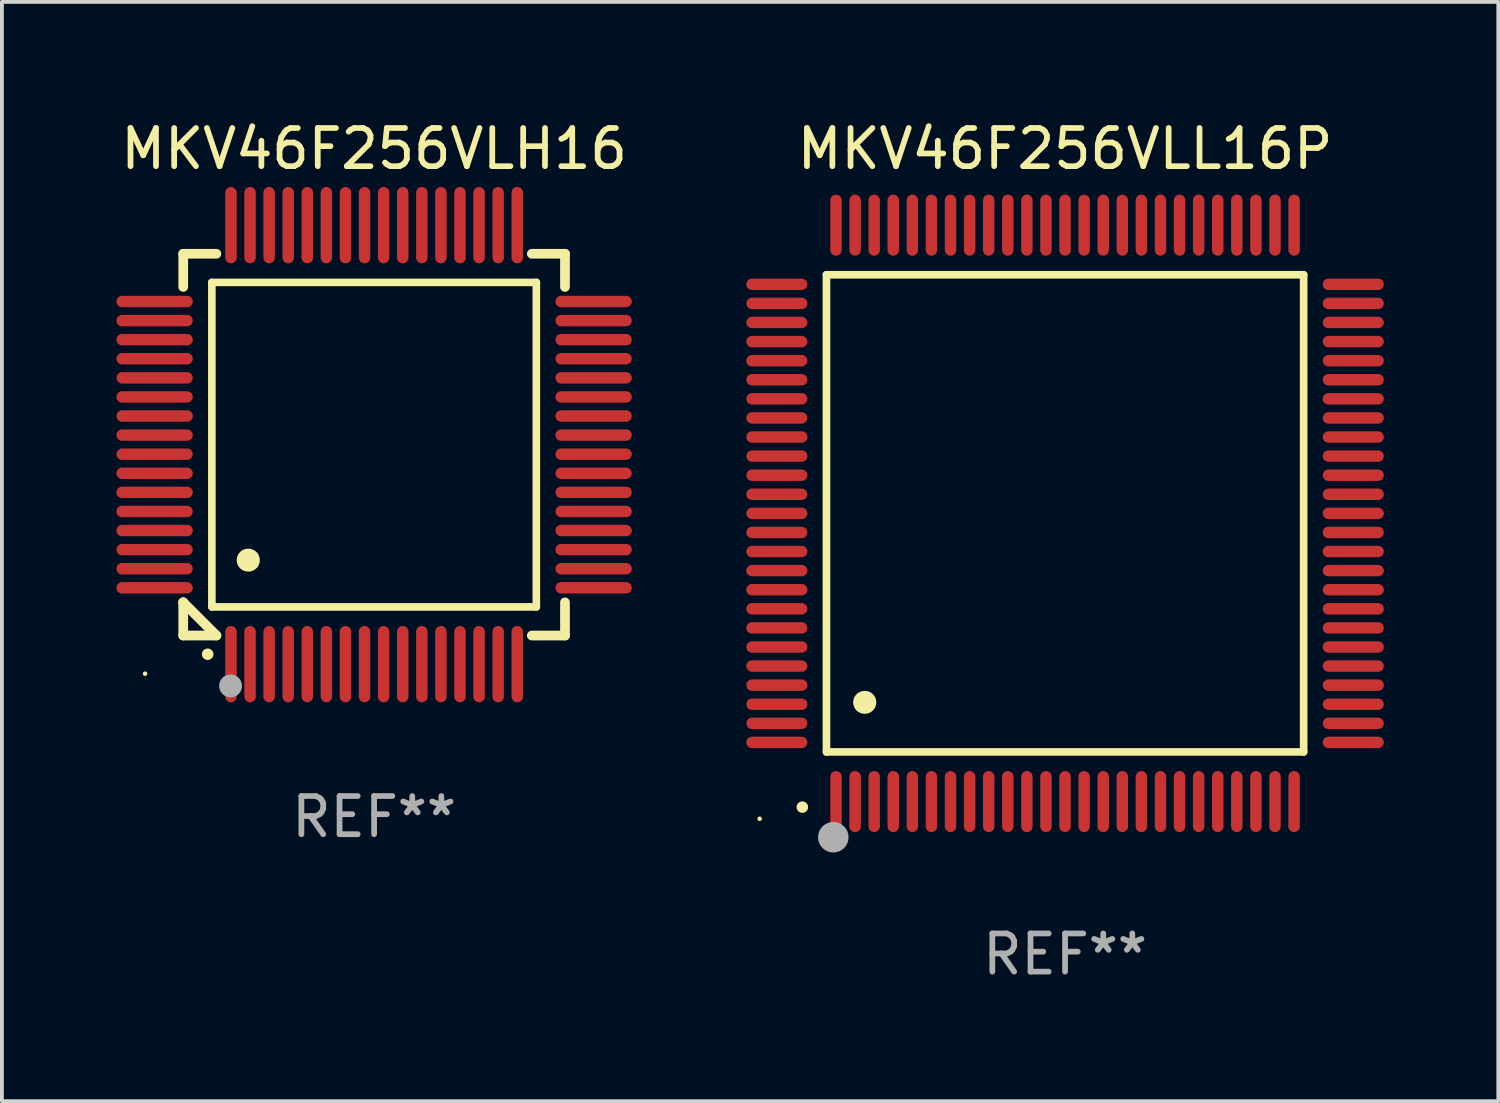
<source format=kicad_pcb>
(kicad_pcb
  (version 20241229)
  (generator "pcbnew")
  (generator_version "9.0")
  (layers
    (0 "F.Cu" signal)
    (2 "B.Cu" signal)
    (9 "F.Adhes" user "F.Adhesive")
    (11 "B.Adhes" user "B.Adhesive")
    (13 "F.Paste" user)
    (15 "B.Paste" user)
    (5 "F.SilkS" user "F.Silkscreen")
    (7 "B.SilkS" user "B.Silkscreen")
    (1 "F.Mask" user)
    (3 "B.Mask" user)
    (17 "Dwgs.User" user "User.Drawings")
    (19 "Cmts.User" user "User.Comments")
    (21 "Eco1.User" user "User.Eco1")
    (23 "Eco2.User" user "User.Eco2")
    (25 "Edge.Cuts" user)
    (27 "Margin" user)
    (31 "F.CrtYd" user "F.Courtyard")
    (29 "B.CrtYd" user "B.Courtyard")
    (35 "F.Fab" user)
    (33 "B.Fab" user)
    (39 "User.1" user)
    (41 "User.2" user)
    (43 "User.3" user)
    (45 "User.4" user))
  (footprint "MKV46F256VLH16"
    (layer "F.Cu")
    (at 6.75 8.598)
    (property "Reference" "MKV46F256VLH16" (at 0 -7.75 0) (layer "F.SilkS") (effects (font (size 1 1) (thickness 0.15))))
    (attr through_hole)
    (fp_line (start -5 -5) (end -4.131 -5) (stroke (width 0.254) (type solid)) (layer "F.SilkS"))
    (fp_line (start -5 -4.131) (end -5 -5) (stroke (width 0.254) (type solid)) (layer "F.SilkS"))
    (fp_line (start -5 4.131) (end -5 4.131) (stroke (width 0.254) (type solid)) (layer "F.SilkS"))
    (fp_line (start -5 5) (end -5 4.131) (stroke (width 0.254) (type solid)) (layer "F.SilkS"))
    (fp_line (start -5 4.131) (end -4.131 5) (stroke (width 0.254) (type solid)) (layer "F.SilkS"))
    (fp_line (start -4.25 -4.25) (end -4.25 4.25) (stroke (width 0.2) (type solid)) (layer "F.SilkS"))
    (fp_line (start -4.25 4.25) (end 4.25 4.25) (stroke (width 0.2) (type solid)) (layer "F.SilkS"))
    (fp_line (start -4.131 5) (end -5 5) (stroke (width 0.254) (type solid)) (layer "F.SilkS"))
    (fp_line (start 4.25 -4.25) (end -4.25 -4.25) (stroke (width 0.2) (type solid)) (layer "F.SilkS"))
    (fp_line (start 4.25 4.25) (end 4.25 -4.25) (stroke (width 0.2) (type solid)) (layer "F.SilkS"))
    (fp_line (start 5 -5) (end 4.131 -5) (stroke (width 0.254) (type solid)) (layer "F.SilkS"))
    (fp_line (start 5 -5) (end 5 -4.131) (stroke (width 0.254) (type solid)) (layer "F.SilkS"))
    (fp_line (start 5 4.131) (end 5 5) (stroke (width 0.254) (type solid)) (layer "F.SilkS"))
    (fp_line (start 5 5) (end 4.131 5) (stroke (width 0.254) (type solid)) (layer "F.SilkS"))
    (fp_arc (start -4.361265 5.489992) (mid -4.359995 5.489987) (end -4.358725 5.489992) (stroke (width 0.3) (type solid)) (layer "F.SilkS"))
    (fp_arc (start -3.299467 3.025146) (mid -3.296927 3.025135) (end -3.294387 3.025146) (stroke (width 0.6) (type solid)) (layer "F.SilkS"))
    (fp_circle (center -6 6) (end -5.97 6) (stroke (width 0.06) (type solid)) (fill no) (layer "F.SilkS"))
    (fp_circle (center -3.76 6.32) (end -3.61 6.32) (stroke (width 0.3) (type solid)) (fill no) (layer "F.Fab"))
    (fp_text user "REF**" (at 0 9.75 0) (layer "F.Fab") (effects (font (size 1 1) (thickness 0.15))))
    (pad "1" smd oval (at -3.75 5.75) (size 0.3 2) (layers "F.Cu" "F.Mask" "F.Paste"))
    (pad "2" smd oval (at -3.25 5.75) (size 0.3 2) (layers "F.Cu" "F.Mask" "F.Paste"))
    (pad "3" smd oval (at -2.75 5.75) (size 0.3 2) (layers "F.Cu" "F.Mask" "F.Paste"))
    (pad "4" smd oval (at -2.25 5.75) (size 0.3 2) (layers "F.Cu" "F.Mask" "F.Paste"))
    (pad "5" smd oval (at -1.75 5.75) (size 0.3 2) (layers "F.Cu" "F.Mask" "F.Paste"))
    (pad "6" smd oval (at -1.25 5.75) (size 0.3 2) (layers "F.Cu" "F.Mask" "F.Paste"))
    (pad "7" smd oval (at -0.75 5.75) (size 0.3 2) (layers "F.Cu" "F.Mask" "F.Paste"))
    (pad "8" smd oval (at -0.25 5.75) (size 0.3 2) (layers "F.Cu" "F.Mask" "F.Paste"))
    (pad "9" smd oval (at 0.25 5.75) (size 0.3 2) (layers "F.Cu" "F.Mask" "F.Paste"))
    (pad "10" smd oval (at 0.75 5.75) (size 0.3 2) (layers "F.Cu" "F.Mask" "F.Paste"))
    (pad "11" smd oval (at 1.25 5.75) (size 0.3 2) (layers "F.Cu" "F.Mask" "F.Paste"))
    (pad "12" smd oval (at 1.75 5.75) (size 0.3 2) (layers "F.Cu" "F.Mask" "F.Paste"))
    (pad "13" smd oval (at 2.25 5.75) (size 0.3 2) (layers "F.Cu" "F.Mask" "F.Paste"))
    (pad "14" smd oval (at 2.75 5.75) (size 0.3 2) (layers "F.Cu" "F.Mask" "F.Paste"))
    (pad "15" smd oval (at 3.25 5.75) (size 0.3 2) (layers "F.Cu" "F.Mask" "F.Paste"))
    (pad "16" smd oval (at 3.75 5.75) (size 0.3 2) (layers "F.Cu" "F.Mask" "F.Paste"))
    (pad "17" smd oval (at 5.75 3.75) (size 2 0.3) (layers "F.Cu" "F.Mask" "F.Paste"))
    (pad "18" smd oval (at 5.75 3.25) (size 2 0.3) (layers "F.Cu" "F.Mask" "F.Paste"))
    (pad "19" smd oval (at 5.75 2.75) (size 2 0.3) (layers "F.Cu" "F.Mask" "F.Paste"))
    (pad "20" smd oval (at 5.75 2.25) (size 2 0.3) (layers "F.Cu" "F.Mask" "F.Paste"))
    (pad "21" smd oval (at 5.75 1.75) (size 2 0.3) (layers "F.Cu" "F.Mask" "F.Paste"))
    (pad "22" smd oval (at 5.75 1.25) (size 2 0.3) (layers "F.Cu" "F.Mask" "F.Paste"))
    (pad "23" smd oval (at 5.75 0.75) (size 2 0.3) (layers "F.Cu" "F.Mask" "F.Paste"))
    (pad "24" smd oval (at 5.75 0.25) (size 2 0.3) (layers "F.Cu" "F.Mask" "F.Paste"))
    (pad "25" smd oval (at 5.75 -0.25) (size 2 0.3) (layers "F.Cu" "F.Mask" "F.Paste"))
    (pad "26" smd oval (at 5.75 -0.75) (size 2 0.3) (layers "F.Cu" "F.Mask" "F.Paste"))
    (pad "27" smd oval (at 5.75 -1.25) (size 2 0.3) (layers "F.Cu" "F.Mask" "F.Paste"))
    (pad "28" smd oval (at 5.75 -1.75) (size 2 0.3) (layers "F.Cu" "F.Mask" "F.Paste"))
    (pad "29" smd oval (at 5.75 -2.25) (size 2 0.3) (layers "F.Cu" "F.Mask" "F.Paste"))
    (pad "30" smd oval (at 5.75 -2.75) (size 2 0.3) (layers "F.Cu" "F.Mask" "F.Paste"))
    (pad "31" smd oval (at 5.75 -3.25) (size 2 0.3) (layers "F.Cu" "F.Mask" "F.Paste"))
    (pad "32" smd oval (at 5.75 -3.75) (size 2 0.3) (layers "F.Cu" "F.Mask" "F.Paste"))
    (pad "33" smd oval (at 3.75 -5.75) (size 0.3 2) (layers "F.Cu" "F.Mask" "F.Paste"))
    (pad "34" smd oval (at 3.25 -5.75) (size 0.3 2) (layers "F.Cu" "F.Mask" "F.Paste"))
    (pad "35" smd oval (at 2.75 -5.75) (size 0.3 2) (layers "F.Cu" "F.Mask" "F.Paste"))
    (pad "36" smd oval (at 2.25 -5.75) (size 0.3 2) (layers "F.Cu" "F.Mask" "F.Paste"))
    (pad "37" smd oval (at 1.75 -5.75) (size 0.3 2) (layers "F.Cu" "F.Mask" "F.Paste"))
    (pad "38" smd oval (at 1.25 -5.75) (size 0.3 2) (layers "F.Cu" "F.Mask" "F.Paste"))
    (pad "39" smd oval (at 0.75 -5.75) (size 0.3 2) (layers "F.Cu" "F.Mask" "F.Paste"))
    (pad "40" smd oval (at 0.25 -5.75) (size 0.3 2) (layers "F.Cu" "F.Mask" "F.Paste"))
    (pad "41" smd oval (at -0.25 -5.75) (size 0.3 2) (layers "F.Cu" "F.Mask" "F.Paste"))
    (pad "42" smd oval (at -0.75 -5.75) (size 0.3 2) (layers "F.Cu" "F.Mask" "F.Paste"))
    (pad "43" smd oval (at -1.25 -5.75) (size 0.3 2) (layers "F.Cu" "F.Mask" "F.Paste"))
    (pad "44" smd oval (at -1.75 -5.75) (size 0.3 2) (layers "F.Cu" "F.Mask" "F.Paste"))
    (pad "45" smd oval (at -2.25 -5.75) (size 0.3 2) (layers "F.Cu" "F.Mask" "F.Paste"))
    (pad "46" smd oval (at -2.75 -5.75) (size 0.3 2) (layers "F.Cu" "F.Mask" "F.Paste"))
    (pad "47" smd oval (at -3.25 -5.75) (size 0.3 2) (layers "F.Cu" "F.Mask" "F.Paste"))
    (pad "48" smd oval (at -3.75 -5.75) (size 0.3 2) (layers "F.Cu" "F.Mask" "F.Paste"))
    (pad "49" smd oval (at -5.75 -3.75) (size 2 0.3) (layers "F.Cu" "F.Mask" "F.Paste"))
    (pad "50" smd oval (at -5.75 -3.25) (size 2 0.3) (layers "F.Cu" "F.Mask" "F.Paste"))
    (pad "51" smd oval (at -5.75 -2.75) (size 2 0.3) (layers "F.Cu" "F.Mask" "F.Paste"))
    (pad "52" smd oval (at -5.75 -2.25) (size 2 0.3) (layers "F.Cu" "F.Mask" "F.Paste"))
    (pad "53" smd oval (at -5.75 -1.75) (size 2 0.3) (layers "F.Cu" "F.Mask" "F.Paste"))
    (pad "54" smd oval (at -5.75 -1.25) (size 2 0.3) (layers "F.Cu" "F.Mask" "F.Paste"))
    (pad "55" smd oval (at -5.75 -0.75) (size 2 0.3) (layers "F.Cu" "F.Mask" "F.Paste"))
    (pad "56" smd oval (at -5.75 -0.25) (size 2 0.3) (layers "F.Cu" "F.Mask" "F.Paste"))
    (pad "57" smd oval (at -5.75 0.25) (size 2 0.3) (layers "F.Cu" "F.Mask" "F.Paste"))
    (pad "58" smd oval (at -5.75 0.75) (size 2 0.3) (layers "F.Cu" "F.Mask" "F.Paste"))
    (pad "59" smd oval (at -5.75 1.25) (size 2 0.3) (layers "F.Cu" "F.Mask" "F.Paste"))
    (pad "60" smd oval (at -5.75 1.75) (size 2 0.3) (layers "F.Cu" "F.Mask" "F.Paste"))
    (pad "61" smd oval (at -5.75 2.25) (size 2 0.3) (layers "F.Cu" "F.Mask" "F.Paste"))
    (pad "62" smd oval (at -5.75 2.75) (size 2 0.3) (layers "F.Cu" "F.Mask" "F.Paste"))
    (pad "63" smd oval (at -5.75 3.25) (size 2 0.3) (layers "F.Cu" "F.Mask" "F.Paste"))
    (pad "64" smd oval (at -5.75 3.75) (size 2 0.3) (layers "F.Cu" "F.Mask" "F.Paste")))
  (footprint "MKV46F256VLL16P"
    (layer "F.Cu")
    (at 24.85 10.398)
    (property "Reference" "MKV46F256VLL16P" (at 0 -9.55 0) (layer "F.SilkS") (effects (font (size 1 1) (thickness 0.15))))
    (attr through_hole)
    (fp_line (start -6.25 -6.25) (end -6.25 6.25) (stroke (width 0.2) (type solid)) (layer "F.SilkS"))
    (fp_line (start -6.25 6.25) (end 6.25 6.25) (stroke (width 0.2) (type solid)) (layer "F.SilkS"))
    (fp_line (start 6.25 -6.25) (end -6.25 -6.25) (stroke (width 0.2) (type solid)) (layer "F.SilkS"))
    (fp_line (start 6.25 6.25) (end 6.25 -6.25) (stroke (width 0.2) (type solid)) (layer "F.SilkS"))
    (fp_arc (start -6.883414 7.696215) (mid -6.882144 7.69621) (end -6.880874 7.696215) (stroke (width 0.3) (type solid)) (layer "F.SilkS"))
    (fp_arc (start -5.250191 4.95047) (mid -5.247651 4.950459) (end -5.245111 4.95047) (stroke (width 0.6) (type solid)) (layer "F.SilkS"))
    (fp_circle (center -8 8) (end -7.97 8) (stroke (width 0.06) (type solid)) (fill no) (layer "F.SilkS"))
    (fp_circle (center -6.071 8.484) (end -5.871 8.484) (stroke (width 0.4) (type solid)) (fill no) (layer "F.Fab"))
    (fp_text user "REF**" (at 0 11.55 0) (layer "F.Fab") (effects (font (size 1 1) (thickness 0.15))))
    (pad "1" smd oval (at -6 7.55) (size 0.3 1.6) (layers "F.Cu" "F.Mask" "F.Paste"))
    (pad "2" smd oval (at -5.5 7.55) (size 0.3 1.6) (layers "F.Cu" "F.Mask" "F.Paste"))
    (pad "3" smd oval (at -5 7.55) (size 0.3 1.6) (layers "F.Cu" "F.Mask" "F.Paste"))
    (pad "4" smd oval (at -4.5 7.55) (size 0.3 1.6) (layers "F.Cu" "F.Mask" "F.Paste"))
    (pad "5" smd oval (at -4 7.55) (size 0.3 1.6) (layers "F.Cu" "F.Mask" "F.Paste"))
    (pad "6" smd oval (at -3.5 7.55) (size 0.3 1.6) (layers "F.Cu" "F.Mask" "F.Paste"))
    (pad "7" smd oval (at -3 7.55) (size 0.3 1.6) (layers "F.Cu" "F.Mask" "F.Paste"))
    (pad "8" smd oval (at -2.5 7.55) (size 0.3 1.6) (layers "F.Cu" "F.Mask" "F.Paste"))
    (pad "9" smd oval (at -2 7.55) (size 0.3 1.6) (layers "F.Cu" "F.Mask" "F.Paste"))
    (pad "10" smd oval (at -1.5 7.55) (size 0.3 1.6) (layers "F.Cu" "F.Mask" "F.Paste"))
    (pad "11" smd oval (at -1 7.55) (size 0.3 1.6) (layers "F.Cu" "F.Mask" "F.Paste"))
    (pad "12" smd oval (at -0.5 7.55) (size 0.3 1.6) (layers "F.Cu" "F.Mask" "F.Paste"))
    (pad "13" smd oval (at 0 7.55) (size 0.3 1.6) (layers "F.Cu" "F.Mask" "F.Paste"))
    (pad "14" smd oval (at 0.5 7.55) (size 0.3 1.6) (layers "F.Cu" "F.Mask" "F.Paste"))
    (pad "15" smd oval (at 1 7.55) (size 0.3 1.6) (layers "F.Cu" "F.Mask" "F.Paste"))
    (pad "16" smd oval (at 1.5 7.55) (size 0.3 1.6) (layers "F.Cu" "F.Mask" "F.Paste"))
    (pad "17" smd oval (at 2 7.55) (size 0.3 1.6) (layers "F.Cu" "F.Mask" "F.Paste"))
    (pad "18" smd oval (at 2.5 7.55) (size 0.3 1.6) (layers "F.Cu" "F.Mask" "F.Paste"))
    (pad "19" smd oval (at 3 7.55) (size 0.3 1.6) (layers "F.Cu" "F.Mask" "F.Paste"))
    (pad "20" smd oval (at 3.5 7.55) (size 0.3 1.6) (layers "F.Cu" "F.Mask" "F.Paste"))
    (pad "21" smd oval (at 4 7.55) (size 0.3 1.6) (layers "F.Cu" "F.Mask" "F.Paste"))
    (pad "22" smd oval (at 4.5 7.55) (size 0.3 1.6) (layers "F.Cu" "F.Mask" "F.Paste"))
    (pad "23" smd oval (at 5 7.55) (size 0.3 1.6) (layers "F.Cu" "F.Mask" "F.Paste"))
    (pad "24" smd oval (at 5.5 7.55) (size 0.3 1.6) (layers "F.Cu" "F.Mask" "F.Paste"))
    (pad "25" smd oval (at 6 7.55) (size 0.3 1.6) (layers "F.Cu" "F.Mask" "F.Paste"))
    (pad "26" smd oval (at 7.55 6) (size 1.6 0.3) (layers "F.Cu" "F.Mask" "F.Paste"))
    (pad "27" smd oval (at 7.55 5.5) (size 1.6 0.3) (layers "F.Cu" "F.Mask" "F.Paste"))
    (pad "28" smd oval (at 7.55 5) (size 1.6 0.3) (layers "F.Cu" "F.Mask" "F.Paste"))
    (pad "29" smd oval (at 7.55 4.5) (size 1.6 0.3) (layers "F.Cu" "F.Mask" "F.Paste"))
    (pad "30" smd oval (at 7.55 4) (size 1.6 0.3) (layers "F.Cu" "F.Mask" "F.Paste"))
    (pad "31" smd oval (at 7.55 3.5) (size 1.6 0.3) (layers "F.Cu" "F.Mask" "F.Paste"))
    (pad "32" smd oval (at 7.55 3) (size 1.6 0.3) (layers "F.Cu" "F.Mask" "F.Paste"))
    (pad "33" smd oval (at 7.55 2.5) (size 1.6 0.3) (layers "F.Cu" "F.Mask" "F.Paste"))
    (pad "34" smd oval (at 7.55 2) (size 1.6 0.3) (layers "F.Cu" "F.Mask" "F.Paste"))
    (pad "35" smd oval (at 7.55 1.5) (size 1.6 0.3) (layers "F.Cu" "F.Mask" "F.Paste"))
    (pad "36" smd oval (at 7.55 1) (size 1.6 0.3) (layers "F.Cu" "F.Mask" "F.Paste"))
    (pad "37" smd oval (at 7.55 0.5) (size 1.6 0.3) (layers "F.Cu" "F.Mask" "F.Paste"))
    (pad "38" smd oval (at 7.55 0) (size 1.6 0.3) (layers "F.Cu" "F.Mask" "F.Paste"))
    (pad "39" smd oval (at 7.55 -0.5) (size 1.6 0.3) (layers "F.Cu" "F.Mask" "F.Paste"))
    (pad "40" smd oval (at 7.55 -1) (size 1.6 0.3) (layers "F.Cu" "F.Mask" "F.Paste"))
    (pad "41" smd oval (at 7.55 -1.5) (size 1.6 0.3) (layers "F.Cu" "F.Mask" "F.Paste"))
    (pad "42" smd oval (at 7.55 -2) (size 1.6 0.3) (layers "F.Cu" "F.Mask" "F.Paste"))
    (pad "43" smd oval (at 7.55 -2.5) (size 1.6 0.3) (layers "F.Cu" "F.Mask" "F.Paste"))
    (pad "44" smd oval (at 7.55 -3) (size 1.6 0.3) (layers "F.Cu" "F.Mask" "F.Paste"))
    (pad "45" smd oval (at 7.55 -3.5) (size 1.6 0.3) (layers "F.Cu" "F.Mask" "F.Paste"))
    (pad "46" smd oval (at 7.55 -4) (size 1.6 0.3) (layers "F.Cu" "F.Mask" "F.Paste"))
    (pad "47" smd oval (at 7.55 -4.5) (size 1.6 0.3) (layers "F.Cu" "F.Mask" "F.Paste"))
    (pad "48" smd oval (at 7.55 -5) (size 1.6 0.3) (layers "F.Cu" "F.Mask" "F.Paste"))
    (pad "49" smd oval (at 7.55 -5.5) (size 1.6 0.3) (layers "F.Cu" "F.Mask" "F.Paste"))
    (pad "50" smd oval (at 7.55 -6) (size 1.6 0.3) (layers "F.Cu" "F.Mask" "F.Paste"))
    (pad "51" smd oval (at 6 -7.55) (size 0.3 1.6) (layers "F.Cu" "F.Mask" "F.Paste"))
    (pad "52" smd oval (at 5.5 -7.55) (size 0.3 1.6) (layers "F.Cu" "F.Mask" "F.Paste"))
    (pad "53" smd oval (at 5 -7.55) (size 0.3 1.6) (layers "F.Cu" "F.Mask" "F.Paste"))
    (pad "54" smd oval (at 4.5 -7.55) (size 0.3 1.6) (layers "F.Cu" "F.Mask" "F.Paste"))
    (pad "55" smd oval (at 4 -7.55) (size 0.3 1.6) (layers "F.Cu" "F.Mask" "F.Paste"))
    (pad "56" smd oval (at 3.5 -7.55) (size 0.3 1.6) (layers "F.Cu" "F.Mask" "F.Paste"))
    (pad "57" smd oval (at 3 -7.55) (size 0.3 1.6) (layers "F.Cu" "F.Mask" "F.Paste"))
    (pad "58" smd oval (at 2.5 -7.55) (size 0.3 1.6) (layers "F.Cu" "F.Mask" "F.Paste"))
    (pad "59" smd oval (at 2 -7.55) (size 0.3 1.6) (layers "F.Cu" "F.Mask" "F.Paste"))
    (pad "60" smd oval (at 1.5 -7.55) (size 0.3 1.6) (layers "F.Cu" "F.Mask" "F.Paste"))
    (pad "61" smd oval (at 1 -7.55) (size 0.3 1.6) (layers "F.Cu" "F.Mask" "F.Paste"))
    (pad "62" smd oval (at 0.5 -7.55) (size 0.3 1.6) (layers "F.Cu" "F.Mask" "F.Paste"))
    (pad "63" smd oval (at 0 -7.55) (size 0.3 1.6) (layers "F.Cu" "F.Mask" "F.Paste"))
    (pad "64" smd oval (at -0.5 -7.55) (size 0.3 1.6) (layers "F.Cu" "F.Mask" "F.Paste"))
    (pad "65" smd oval (at -1 -7.55) (size 0.3 1.6) (layers "F.Cu" "F.Mask" "F.Paste"))
    (pad "66" smd oval (at -1.5 -7.55) (size 0.3 1.6) (layers "F.Cu" "F.Mask" "F.Paste"))
    (pad "67" smd oval (at -2 -7.55) (size 0.3 1.6) (layers "F.Cu" "F.Mask" "F.Paste"))
    (pad "68" smd oval (at -2.5 -7.55) (size 0.3 1.6) (layers "F.Cu" "F.Mask" "F.Paste"))
    (pad "69" smd oval (at -3 -7.55) (size 0.3 1.6) (layers "F.Cu" "F.Mask" "F.Paste"))
    (pad "70" smd oval (at -3.5 -7.55) (size 0.3 1.6) (layers "F.Cu" "F.Mask" "F.Paste"))
    (pad "71" smd oval (at -4 -7.55) (size 0.3 1.6) (layers "F.Cu" "F.Mask" "F.Paste"))
    (pad "72" smd oval (at -4.5 -7.55) (size 0.3 1.6) (layers "F.Cu" "F.Mask" "F.Paste"))
    (pad "73" smd oval (at -5 -7.55) (size 0.3 1.6) (layers "F.Cu" "F.Mask" "F.Paste"))
    (pad "74" smd oval (at -5.5 -7.55) (size 0.3 1.6) (layers "F.Cu" "F.Mask" "F.Paste"))
    (pad "75" smd oval (at -6 -7.55) (size 0.3 1.6) (layers "F.Cu" "F.Mask" "F.Paste"))
    (pad "76" smd oval (at -7.55 -6) (size 1.6 0.3) (layers "F.Cu" "F.Mask" "F.Paste"))
    (pad "77" smd oval (at -7.55 -5.5) (size 1.6 0.3) (layers "F.Cu" "F.Mask" "F.Paste"))
    (pad "78" smd oval (at -7.55 -5) (size 1.6 0.3) (layers "F.Cu" "F.Mask" "F.Paste"))
    (pad "79" smd oval (at -7.55 -4.5) (size 1.6 0.3) (layers "F.Cu" "F.Mask" "F.Paste"))
    (pad "80" smd oval (at -7.55 -4) (size 1.6 0.3) (layers "F.Cu" "F.Mask" "F.Paste"))
    (pad "81" smd oval (at -7.55 -3.5) (size 1.6 0.3) (layers "F.Cu" "F.Mask" "F.Paste"))
    (pad "82" smd oval (at -7.55 -3) (size 1.6 0.3) (layers "F.Cu" "F.Mask" "F.Paste"))
    (pad "83" smd oval (at -7.55 -2.5) (size 1.6 0.3) (layers "F.Cu" "F.Mask" "F.Paste"))
    (pad "84" smd oval (at -7.55 -2) (size 1.6 0.3) (layers "F.Cu" "F.Mask" "F.Paste"))
    (pad "85" smd oval (at -7.55 -1.5) (size 1.6 0.3) (layers "F.Cu" "F.Mask" "F.Paste"))
    (pad "86" smd oval (at -7.55 -1) (size 1.6 0.3) (layers "F.Cu" "F.Mask" "F.Paste"))
    (pad "87" smd oval (at -7.55 -0.5) (size 1.6 0.3) (layers "F.Cu" "F.Mask" "F.Paste"))
    (pad "88" smd oval (at -7.55 0) (size 1.6 0.3) (layers "F.Cu" "F.Mask" "F.Paste"))
    (pad "89" smd oval (at -7.55 0.5) (size 1.6 0.3) (layers "F.Cu" "F.Mask" "F.Paste"))
    (pad "90" smd oval (at -7.55 1) (size 1.6 0.3) (layers "F.Cu" "F.Mask" "F.Paste"))
    (pad "91" smd oval (at -7.55 1.5) (size 1.6 0.3) (layers "F.Cu" "F.Mask" "F.Paste"))
    (pad "92" smd oval (at -7.55 2) (size 1.6 0.3) (layers "F.Cu" "F.Mask" "F.Paste"))
    (pad "93" smd oval (at -7.55 2.5) (size 1.6 0.3) (layers "F.Cu" "F.Mask" "F.Paste"))
    (pad "94" smd oval (at -7.55 3) (size 1.6 0.3) (layers "F.Cu" "F.Mask" "F.Paste"))
    (pad "95" smd oval (at -7.55 3.5) (size 1.6 0.3) (layers "F.Cu" "F.Mask" "F.Paste"))
    (pad "96" smd oval (at -7.55 4) (size 1.6 0.3) (layers "F.Cu" "F.Mask" "F.Paste"))
    (pad "97" smd oval (at -7.55 4.5) (size 1.6 0.3) (layers "F.Cu" "F.Mask" "F.Paste"))
    (pad "98" smd oval (at -7.55 5) (size 1.6 0.3) (layers "F.Cu" "F.Mask" "F.Paste"))
    (pad "99" smd oval (at -7.55 5.5) (size 1.6 0.3) (layers "F.Cu" "F.Mask" "F.Paste"))
    (pad "100" smd oval (at -7.55 6) (size 1.6 0.3) (layers "F.Cu" "F.Mask" "F.Paste")))
  (gr_rect
    (start -3 -3)
    (end 36.199 25.796)
    (stroke (width 0.1) (type default))
    (fill no)
    (layer "Edge.Cuts")))
</source>
